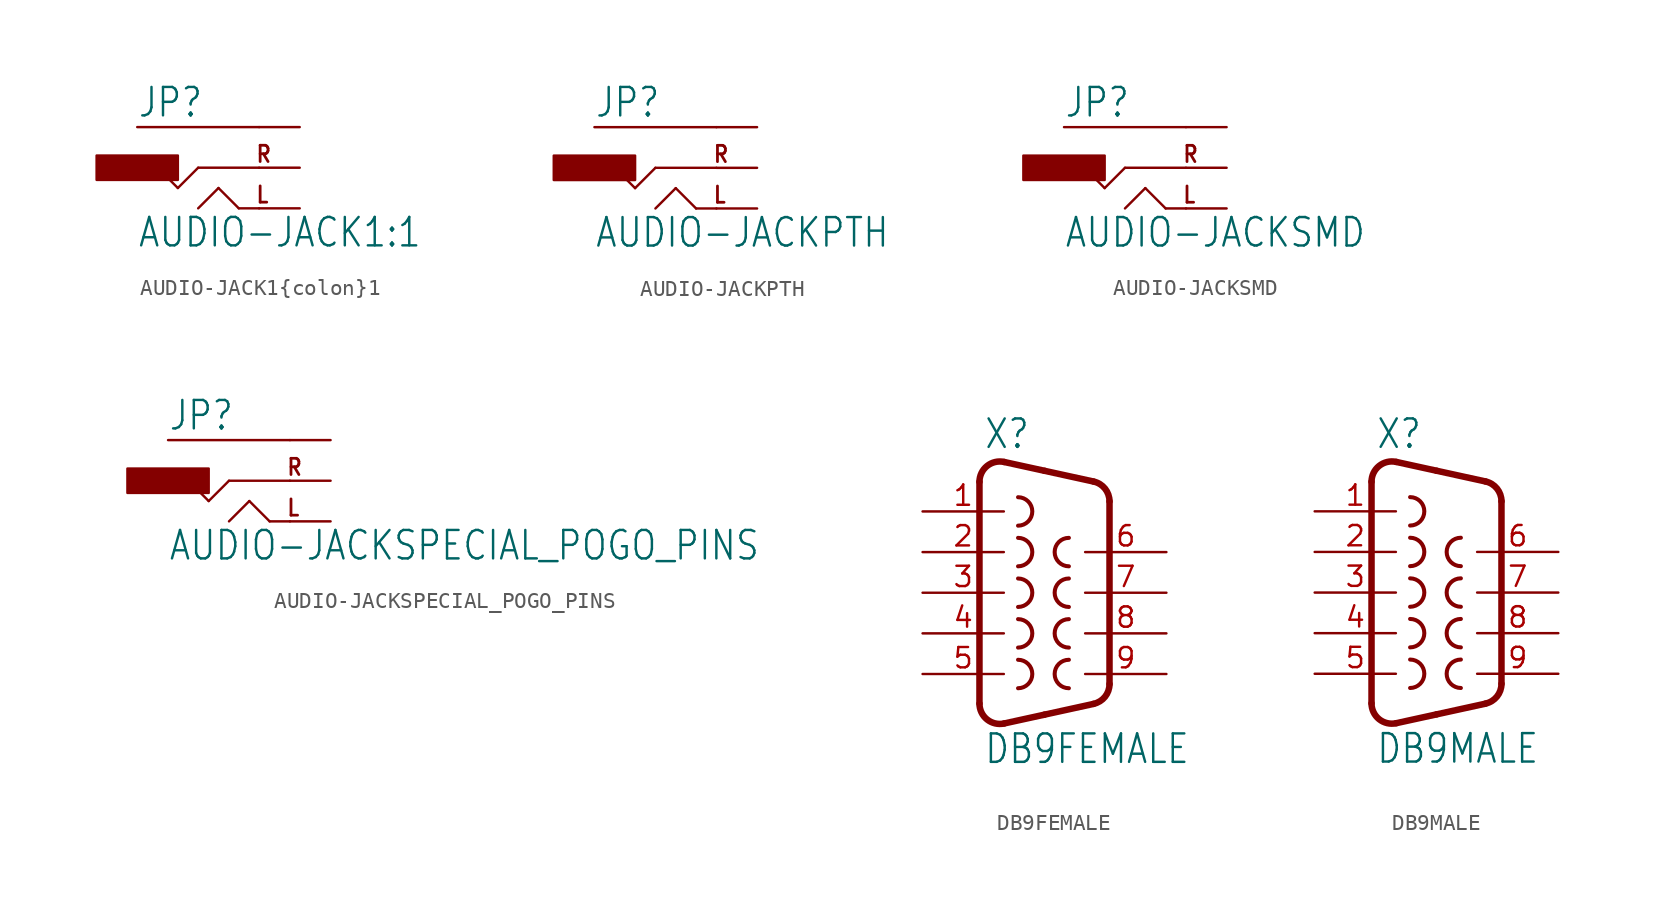
<source format=kicad_sym>
(kicad_symbol_lib
  (version 20211014)
  (generator kicad_symbol_editor)
  (symbol "AUDIO-JACK1{colon}1"
    (property "Reference" "JP"
      (at -5.08 3.048 0)
      (effects (font (size 1.778 1.511)) (justify left bottom)))
    (property "Value" "AUDIO-JACK1{colon}1"
      (at -5.08 -5.08 0)
      (effects (font (size 1.778 1.511)) (justify left bottom)))
    (property "ki_locked" ""
      (at 0 0 0)
      (effects (font (size 1.27 1.27))))
    (symbol "AUDIO-JACK1{colon}1_1_0"
      (rectangle (start -7.62 -0.762) (end -2.54 0.762) (stroke (width 0) (type default) (color 0 0 0 0)) (fill (type outline)))
      (polyline (pts (xy -2.54 -1.27) (xy -3.81 0)) (stroke (width 0.152) (type default) (color 0 0 0 0)) (fill (type none)))
      (polyline (pts (xy -1.27 -2.54) (xy 0 -1.27)) (stroke (width 0.152) (type default) (color 0 0 0 0)) (fill (type none)))
      (polyline (pts (xy -1.27 0) (xy -2.54 -1.27)) (stroke (width 0.152) (type default) (color 0 0 0 0)) (fill (type none)))
      (polyline (pts (xy 0 -1.27) (xy 1.27 -2.54)) (stroke (width 0.152) (type default) (color 0 0 0 0)) (fill (type none)))
      (polyline (pts (xy 1.27 -2.54) (xy 2.54 -2.54)) (stroke (width 0.152) (type default) (color 0 0 0 0)) (fill (type none)))
      (polyline (pts (xy 2.54 0) (xy -1.27 0)) (stroke (width 0.152) (type default) (color 0 0 0 0)) (fill (type none)))
      (polyline (pts (xy 2.54 2.54) (xy -5.08 2.54)) (stroke (width 0.152) (type default) (color 0 0 0 0)) (fill (type none)))
      (text "L" (at 2.286 -2.286 0) (effects (font (size 1.016 0.864) (thickness 0.173) bold) (justify left bottom)))
      (text "R" (at 2.286 0.254 0) (effects (font (size 1.016 0.864) (thickness 0.173) bold) (justify left bottom)))
      (pin bidirectional line (at 5.08 -2.54 180) (length 2.54) (name "LEFT" (effects (font (size 0 0)))) (number "1" (effects (font (size 0 0)))))
      (pin bidirectional line (at 5.08 0 180) (length 2.54) (name "RIGHT" (effects (font (size 0 0)))) (number "4" (effects (font (size 0 0)))))
      (pin bidirectional line (at 5.08 2.54 180) (length 2.54) (name "SLEEVE" (effects (font (size 0 0)))) (number "5" (effects (font (size 0 0)))))))
  (symbol "AUDIO-JACKPTH"
    (property "Reference" "JP"
      (at -5.08 3.048 0)
      (effects (font (size 1.778 1.511)) (justify left bottom)))
    (property "Value" "AUDIO-JACKPTH"
      (at -5.08 -5.08 0)
      (effects (font (size 1.778 1.511)) (justify left bottom)))
    (property "ki_locked" ""
      (at 0 0 0)
      (effects (font (size 1.27 1.27))))
    (symbol "AUDIO-JACKPTH_1_0"
      (rectangle (start -7.62 -0.762) (end -2.54 0.762) (stroke (width 0) (type default) (color 0 0 0 0)) (fill (type outline)))
      (polyline (pts (xy -2.54 -1.27) (xy -3.81 0)) (stroke (width 0.152) (type default) (color 0 0 0 0)) (fill (type none)))
      (polyline (pts (xy -1.27 -2.54) (xy 0 -1.27)) (stroke (width 0.152) (type default) (color 0 0 0 0)) (fill (type none)))
      (polyline (pts (xy -1.27 0) (xy -2.54 -1.27)) (stroke (width 0.152) (type default) (color 0 0 0 0)) (fill (type none)))
      (polyline (pts (xy 0 -1.27) (xy 1.27 -2.54)) (stroke (width 0.152) (type default) (color 0 0 0 0)) (fill (type none)))
      (polyline (pts (xy 1.27 -2.54) (xy 2.54 -2.54)) (stroke (width 0.152) (type default) (color 0 0 0 0)) (fill (type none)))
      (polyline (pts (xy 2.54 0) (xy -1.27 0)) (stroke (width 0.152) (type default) (color 0 0 0 0)) (fill (type none)))
      (polyline (pts (xy 2.54 2.54) (xy -5.08 2.54)) (stroke (width 0.152) (type default) (color 0 0 0 0)) (fill (type none)))
      (text "L" (at 2.286 -2.286 0) (effects (font (size 1.016 0.864) (thickness 0.173) bold) (justify left bottom)))
      (text "R" (at 2.286 0.254 0) (effects (font (size 1.016 0.864) (thickness 0.173) bold) (justify left bottom)))
      (pin bidirectional line (at 5.08 0 180) (length 2.54) (name "RIGHT" (effects (font (size 0 0)))) (number "RING" (effects (font (size 0 0)))))
      (pin bidirectional line (at 5.08 2.54 180) (length 2.54) (name "SLEEVE" (effects (font (size 0 0)))) (number "SLEEVE" (effects (font (size 0 0)))))
      (pin bidirectional line (at 5.08 -2.54 180) (length 2.54) (name "LEFT" (effects (font (size 0 0)))) (number "TIP" (effects (font (size 0 0)))))))
  (symbol "AUDIO-JACKSMD"
    (property "Reference" "JP"
      (at -5.08 3.048 0)
      (effects (font (size 1.778 1.511)) (justify left bottom)))
    (property "Value" "AUDIO-JACKSMD"
      (at -5.08 -5.08 0)
      (effects (font (size 1.778 1.511)) (justify left bottom)))
    (property "ki_locked" ""
      (at 0 0 0)
      (effects (font (size 1.27 1.27))))
    (symbol "AUDIO-JACKSMD_1_0"
      (rectangle (start -7.62 -0.762) (end -2.54 0.762) (stroke (width 0) (type default) (color 0 0 0 0)) (fill (type outline)))
      (polyline (pts (xy -2.54 -1.27) (xy -3.81 0)) (stroke (width 0.152) (type default) (color 0 0 0 0)) (fill (type none)))
      (polyline (pts (xy -1.27 -2.54) (xy 0 -1.27)) (stroke (width 0.152) (type default) (color 0 0 0 0)) (fill (type none)))
      (polyline (pts (xy -1.27 0) (xy -2.54 -1.27)) (stroke (width 0.152) (type default) (color 0 0 0 0)) (fill (type none)))
      (polyline (pts (xy 0 -1.27) (xy 1.27 -2.54)) (stroke (width 0.152) (type default) (color 0 0 0 0)) (fill (type none)))
      (polyline (pts (xy 1.27 -2.54) (xy 2.54 -2.54)) (stroke (width 0.152) (type default) (color 0 0 0 0)) (fill (type none)))
      (polyline (pts (xy 2.54 0) (xy -1.27 0)) (stroke (width 0.152) (type default) (color 0 0 0 0)) (fill (type none)))
      (polyline (pts (xy 2.54 2.54) (xy -5.08 2.54)) (stroke (width 0.152) (type default) (color 0 0 0 0)) (fill (type none)))
      (text "L" (at 2.286 -2.286 0) (effects (font (size 1.016 0.864) (thickness 0.173) bold) (justify left bottom)))
      (text "R" (at 2.286 0.254 0) (effects (font (size 1.016 0.864) (thickness 0.173) bold) (justify left bottom)))
      (pin bidirectional line (at 5.08 -2.54 180) (length 2.54) (name "LEFT" (effects (font (size 0 0)))) (number "1" (effects (font (size 0 0)))))
      (pin bidirectional line (at 5.08 0 180) (length 2.54) (name "RIGHT" (effects (font (size 0 0)))) (number "4" (effects (font (size 0 0)))))
      (pin bidirectional line (at 5.08 2.54 180) (length 2.54) (name "SLEEVE" (effects (font (size 0 0)))) (number "5" (effects (font (size 0 0)))))))
  (symbol "AUDIO-JACKSPECIAL_POGO_PINS"
    (property "Reference" "JP"
      (at -5.08 3.048 0)
      (effects (font (size 1.778 1.511)) (justify left bottom)))
    (property "Value" "AUDIO-JACKSPECIAL_POGO_PINS"
      (at -5.08 -5.08 0)
      (effects (font (size 1.778 1.511)) (justify left bottom)))
    (property "ki_locked" ""
      (at 0 0 0)
      (effects (font (size 1.27 1.27))))
    (symbol "AUDIO-JACKSPECIAL_POGO_PINS_1_0"
      (rectangle (start -7.62 -0.762) (end -2.54 0.762) (stroke (width 0) (type default) (color 0 0 0 0)) (fill (type outline)))
      (polyline (pts (xy -2.54 -1.27) (xy -3.81 0)) (stroke (width 0.152) (type default) (color 0 0 0 0)) (fill (type none)))
      (polyline (pts (xy -1.27 -2.54) (xy 0 -1.27)) (stroke (width 0.152) (type default) (color 0 0 0 0)) (fill (type none)))
      (polyline (pts (xy -1.27 0) (xy -2.54 -1.27)) (stroke (width 0.152) (type default) (color 0 0 0 0)) (fill (type none)))
      (polyline (pts (xy 0 -1.27) (xy 1.27 -2.54)) (stroke (width 0.152) (type default) (color 0 0 0 0)) (fill (type none)))
      (polyline (pts (xy 1.27 -2.54) (xy 2.54 -2.54)) (stroke (width 0.152) (type default) (color 0 0 0 0)) (fill (type none)))
      (polyline (pts (xy 2.54 0) (xy -1.27 0)) (stroke (width 0.152) (type default) (color 0 0 0 0)) (fill (type none)))
      (polyline (pts (xy 2.54 2.54) (xy -5.08 2.54)) (stroke (width 0.152) (type default) (color 0 0 0 0)) (fill (type none)))
      (text "L" (at 2.286 -2.286 0) (effects (font (size 1.016 0.864) (thickness 0.173) bold) (justify left bottom)))
      (text "R" (at 2.286 0.254 0) (effects (font (size 1.016 0.864) (thickness 0.173) bold) (justify left bottom)))
      (pin bidirectional line (at 5.08 2.54 180) (length 2.54) (name "SLEEVE" (effects (font (size 0 0)))) (number "RING1" (effects (font (size 0 0)))))
      (pin bidirectional line (at 5.08 -2.54 180) (length 2.54) (name "LEFT" (effects (font (size 0 0)))) (number "SHIELD" (effects (font (size 0 0)))))
      (pin bidirectional line (at 5.08 0 180) (length 2.54) (name "RIGHT" (effects (font (size 0 0)))) (number "TIP" (effects (font (size 0 0)))))))
  (symbol "DB9FEMALE"
    (property "Reference" "X"
      (at -3.81 8.89 0)
      (effects (font (size 1.778 1.511)) (justify left bottom)))
    (property "Value" "DB9FEMALE"
      (at -3.81 -10.795 0)
      (effects (font (size 1.778 1.511)) (justify left bottom)))
    (property "ki_locked" ""
      (at 0 0 0)
      (effects (font (size 1.27 1.27))))
    (symbol "DB9FEMALE_1_0"
      (arc (start -4.064 -6.9312) (mid -3.5903 -7.9205) (end -2.5226 -8.1719) (stroke (width 0.4064) (type default) (color 0 0 0 0)) (fill (type none)))
      (arc (start -2.5226 8.172) (mid -3.5903 7.9205) (end -4.064 6.9312) (stroke (width 0.4064) (type default) (color 0 0 0 0)) (fill (type none)))
      (arc (start -1.651 -5.969) (mid -0.762 -5.08) (end -1.651 -4.191) (stroke (width 0.254) (type default) (color 0 0 0 0)) (fill (type none)))
      (arc (start -1.651 -3.429) (mid -0.762 -2.54) (end -1.651 -1.651) (stroke (width 0.254) (type default) (color 0 0 0 0)) (fill (type none)))
      (arc (start -1.651 -0.889) (mid -0.762 0) (end -1.651 0.889) (stroke (width 0.254) (type default) (color 0 0 0 0)) (fill (type none)))
      (arc (start -1.651 1.651) (mid -0.762 2.54) (end -1.651 3.429) (stroke (width 0.254) (type default) (color 0 0 0 0)) (fill (type none)))
      (arc (start -1.651 4.191) (mid -0.762 5.08) (end -1.651 5.969) (stroke (width 0.254) (type default) (color 0 0 0 0)) (fill (type none)))
      (polyline (pts (xy -4.064 -6.931) (xy -4.064 6.931)) (stroke (width 0.406) (type default) (color 0 0 0 0)) (fill (type none)))
      (polyline (pts (xy -2.523 -8.172) (xy 0 -7.62)) (stroke (width 0.406) (type default) (color 0 0 0 0)) (fill (type none)))
      (polyline (pts (xy -2.523 8.172) (xy 0 7.62)) (stroke (width 0.406) (type default) (color 0 0 0 0)) (fill (type none)))
      (polyline (pts (xy 0 -7.62) (xy 3.065 -6.949)) (stroke (width 0.406) (type default) (color 0 0 0 0)) (fill (type none)))
      (polyline (pts (xy 0 7.62) (xy 3.065 6.949)) (stroke (width 0.406) (type default) (color 0 0 0 0)) (fill (type none)))
      (polyline (pts (xy 4.064 -5.709) (xy 4.064 5.709)) (stroke (width 0.406) (type default) (color 0 0 0 0)) (fill (type none)))
      (arc (start 1.524 -4.191) (mid 0.635 -5.08) (end 1.524 -5.969) (stroke (width 0.254) (type default) (color 0 0 0 0)) (fill (type none)))
      (arc (start 1.524 -1.651) (mid 0.635 -2.54) (end 1.524 -3.429) (stroke (width 0.254) (type default) (color 0 0 0 0)) (fill (type none)))
      (arc (start 1.524 0.889) (mid 0.635 0) (end 1.524 -0.889) (stroke (width 0.254) (type default) (color 0 0 0 0)) (fill (type none)))
      (arc (start 1.524 3.429) (mid 0.635 2.54) (end 1.524 1.651) (stroke (width 0.254) (type default) (color 0 0 0 0)) (fill (type none)))
      (arc (start 3.0654 -6.9494) (mid 3.7833 -6.5051) (end 4.064 -5.7088) (stroke (width 0.4064) (type default) (color 0 0 0 0)) (fill (type none)))
      (arc (start 4.0642 5.7088) (mid 3.7835 6.5052) (end 3.0654 6.9495) (stroke (width 0.4064) (type default) (color 0 0 0 0)) (fill (type none)))
      (pin passive line (at -7.62 5.08 0) (length 5.08) (name "1" (effects (font (size 0 0)))) (number "1" (effects (font (size 1.27 1.27)))))
      (pin passive line (at -7.62 2.54 0) (length 5.08) (name "2" (effects (font (size 0 0)))) (number "2" (effects (font (size 1.27 1.27)))))
      (pin passive line (at -7.62 0 0) (length 5.08) (name "3" (effects (font (size 0 0)))) (number "3" (effects (font (size 1.27 1.27)))))
      (pin passive line (at -7.62 -2.54 0) (length 5.08) (name "4" (effects (font (size 0 0)))) (number "4" (effects (font (size 1.27 1.27)))))
      (pin passive line (at -7.62 -5.08 0) (length 5.08) (name "5" (effects (font (size 0 0)))) (number "5" (effects (font (size 1.27 1.27)))))
      (pin passive line (at 7.62 2.54 180) (length 5.08) (name "6" (effects (font (size 0 0)))) (number "6" (effects (font (size 1.27 1.27)))))
      (pin passive line (at 7.62 0 180) (length 5.08) (name "7" (effects (font (size 0 0)))) (number "7" (effects (font (size 1.27 1.27)))))
      (pin passive line (at 7.62 -2.54 180) (length 5.08) (name "8" (effects (font (size 0 0)))) (number "8" (effects (font (size 1.27 1.27)))))
      (pin passive line (at 7.62 -5.08 180) (length 5.08) (name "9" (effects (font (size 0 0)))) (number "9" (effects (font (size 1.27 1.27)))))))
  (symbol "DB9MALE"
    (property "Reference" "X"
      (at -3.81 8.89 0)
      (effects (font (size 1.778 1.511)) (justify left bottom)))
    (property "Value" "DB9MALE"
      (at -3.81 -10.795 0)
      (effects (font (size 1.778 1.511)) (justify left bottom)))
    (property "ki_locked" ""
      (at 0 0 0)
      (effects (font (size 1.27 1.27))))
    (symbol "DB9MALE_1_0"
      (arc (start -4.064 -6.9312) (mid -3.5903 -7.9205) (end -2.5226 -8.1719) (stroke (width 0.4064) (type default) (color 0 0 0 0)) (fill (type none)))
      (arc (start -2.5226 8.172) (mid -3.5903 7.9205) (end -4.064 6.9312) (stroke (width 0.4064) (type default) (color 0 0 0 0)) (fill (type none)))
      (arc (start -1.651 -5.969) (mid -0.762 -5.08) (end -1.651 -4.191) (stroke (width 0.254) (type default) (color 0 0 0 0)) (fill (type none)))
      (arc (start -1.651 -3.429) (mid -0.762 -2.54) (end -1.651 -1.651) (stroke (width 0.254) (type default) (color 0 0 0 0)) (fill (type none)))
      (arc (start -1.651 -0.889) (mid -0.762 0) (end -1.651 0.889) (stroke (width 0.254) (type default) (color 0 0 0 0)) (fill (type none)))
      (arc (start -1.651 1.651) (mid -0.762 2.54) (end -1.651 3.429) (stroke (width 0.254) (type default) (color 0 0 0 0)) (fill (type none)))
      (arc (start -1.651 4.191) (mid -0.762 5.08) (end -1.651 5.969) (stroke (width 0.254) (type default) (color 0 0 0 0)) (fill (type none)))
      (polyline (pts (xy -4.064 -6.931) (xy -4.064 6.931)) (stroke (width 0.406) (type default) (color 0 0 0 0)) (fill (type none)))
      (polyline (pts (xy -2.523 -8.172) (xy 0 -7.62)) (stroke (width 0.406) (type default) (color 0 0 0 0)) (fill (type none)))
      (polyline (pts (xy -2.523 8.172) (xy 0 7.62)) (stroke (width 0.406) (type default) (color 0 0 0 0)) (fill (type none)))
      (polyline (pts (xy 0 -7.62) (xy 3.065 -6.949)) (stroke (width 0.406) (type default) (color 0 0 0 0)) (fill (type none)))
      (polyline (pts (xy 0 7.62) (xy 3.065 6.949)) (stroke (width 0.406) (type default) (color 0 0 0 0)) (fill (type none)))
      (polyline (pts (xy 4.064 -5.709) (xy 4.064 5.709)) (stroke (width 0.406) (type default) (color 0 0 0 0)) (fill (type none)))
      (arc (start 1.524 -4.191) (mid 0.635 -5.08) (end 1.524 -5.969) (stroke (width 0.254) (type default) (color 0 0 0 0)) (fill (type none)))
      (arc (start 1.524 -1.651) (mid 0.635 -2.54) (end 1.524 -3.429) (stroke (width 0.254) (type default) (color 0 0 0 0)) (fill (type none)))
      (arc (start 1.524 0.889) (mid 0.635 0) (end 1.524 -0.889) (stroke (width 0.254) (type default) (color 0 0 0 0)) (fill (type none)))
      (arc (start 1.524 3.429) (mid 0.635 2.54) (end 1.524 1.651) (stroke (width 0.254) (type default) (color 0 0 0 0)) (fill (type none)))
      (arc (start 3.0654 -6.9494) (mid 3.7833 -6.5051) (end 4.064 -5.7088) (stroke (width 0.4064) (type default) (color 0 0 0 0)) (fill (type none)))
      (arc (start 4.0642 5.7088) (mid 3.7835 6.5052) (end 3.0654 6.9495) (stroke (width 0.4064) (type default) (color 0 0 0 0)) (fill (type none)))
      (pin passive line (at -7.62 5.08 0) (length 5.08) (name "1" (effects (font (size 0 0)))) (number "1" (effects (font (size 1.27 1.27)))))
      (pin passive line (at -7.62 2.54 0) (length 5.08) (name "2" (effects (font (size 0 0)))) (number "2" (effects (font (size 1.27 1.27)))))
      (pin passive line (at -7.62 0 0) (length 5.08) (name "3" (effects (font (size 0 0)))) (number "3" (effects (font (size 1.27 1.27)))))
      (pin passive line (at -7.62 -2.54 0) (length 5.08) (name "4" (effects (font (size 0 0)))) (number "4" (effects (font (size 1.27 1.27)))))
      (pin passive line (at -7.62 -5.08 0) (length 5.08) (name "5" (effects (font (size 0 0)))) (number "5" (effects (font (size 1.27 1.27)))))
      (pin passive line (at 7.62 2.54 180) (length 5.08) (name "6" (effects (font (size 0 0)))) (number "6" (effects (font (size 1.27 1.27)))))
      (pin passive line (at 7.62 0 180) (length 5.08) (name "7" (effects (font (size 0 0)))) (number "7" (effects (font (size 1.27 1.27)))))
      (pin passive line (at 7.62 -2.54 180) (length 5.08) (name "8" (effects (font (size 0 0)))) (number "8" (effects (font (size 1.27 1.27)))))
      (pin passive line (at 7.62 -5.08 180) (length 5.08) (name "9" (effects (font (size 0 0)))) (number "9" (effects (font (size 1.27 1.27))))))))
</source>
